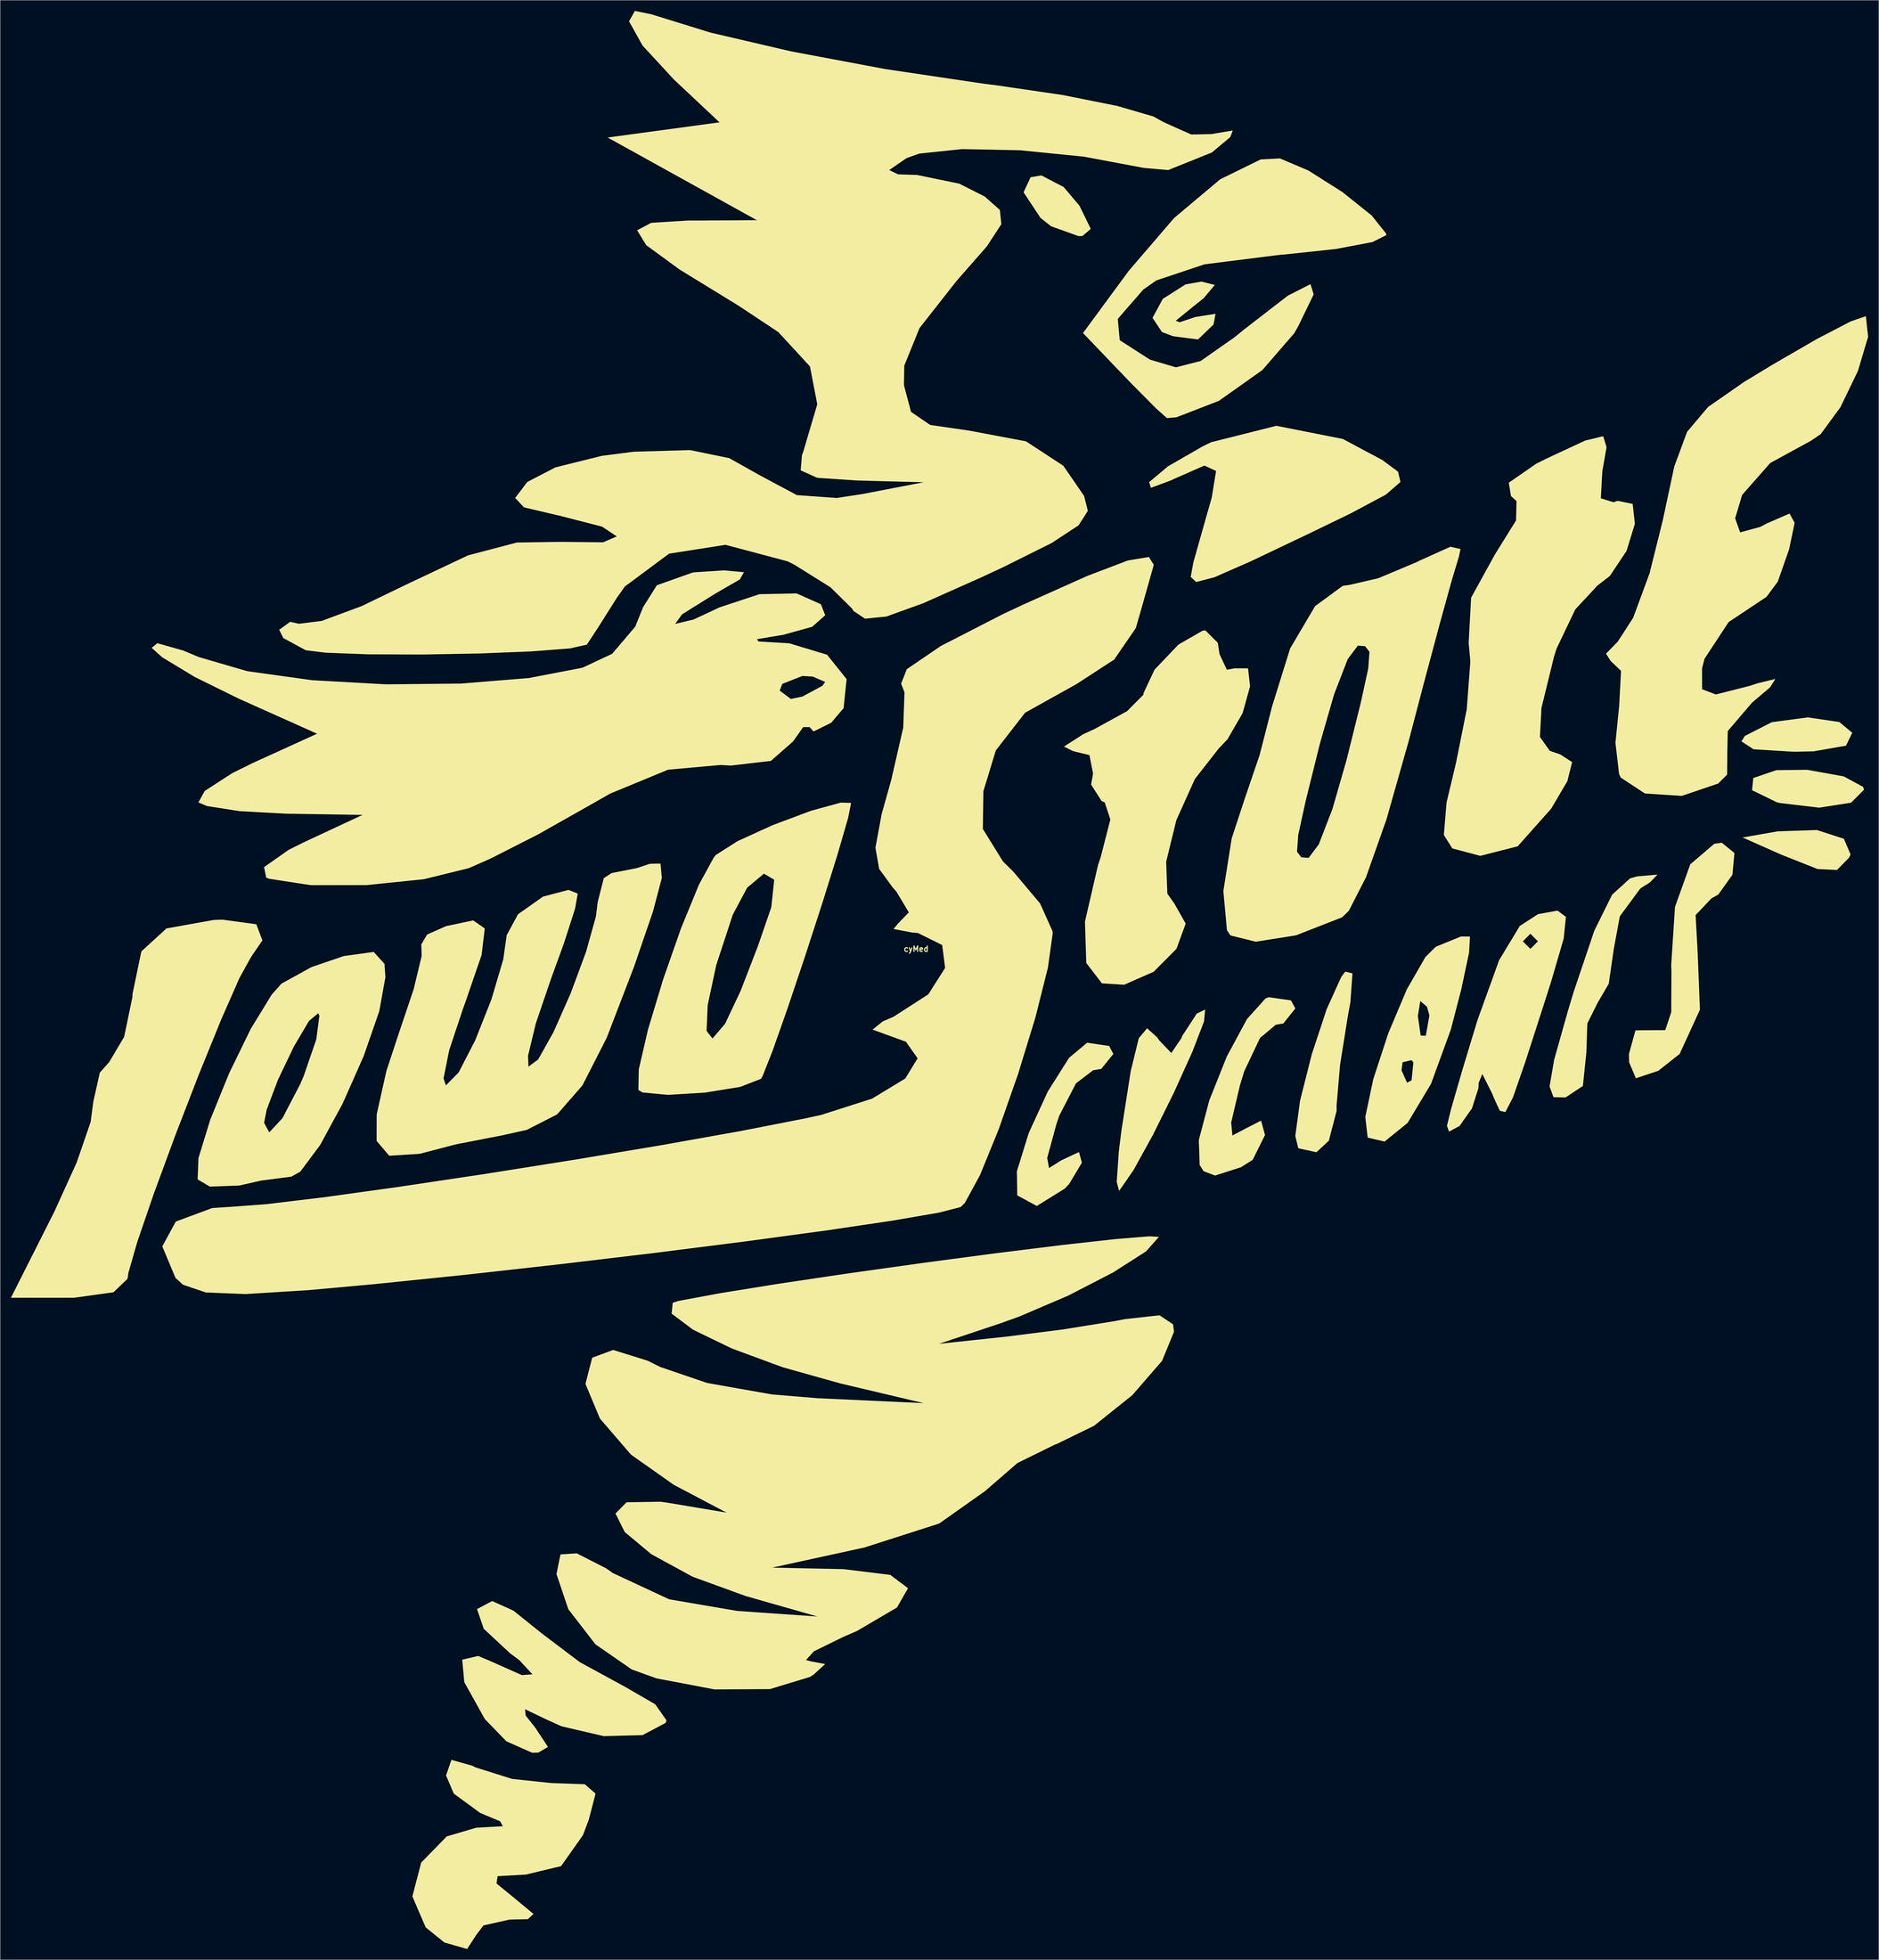
<source format=kicad_pcb>
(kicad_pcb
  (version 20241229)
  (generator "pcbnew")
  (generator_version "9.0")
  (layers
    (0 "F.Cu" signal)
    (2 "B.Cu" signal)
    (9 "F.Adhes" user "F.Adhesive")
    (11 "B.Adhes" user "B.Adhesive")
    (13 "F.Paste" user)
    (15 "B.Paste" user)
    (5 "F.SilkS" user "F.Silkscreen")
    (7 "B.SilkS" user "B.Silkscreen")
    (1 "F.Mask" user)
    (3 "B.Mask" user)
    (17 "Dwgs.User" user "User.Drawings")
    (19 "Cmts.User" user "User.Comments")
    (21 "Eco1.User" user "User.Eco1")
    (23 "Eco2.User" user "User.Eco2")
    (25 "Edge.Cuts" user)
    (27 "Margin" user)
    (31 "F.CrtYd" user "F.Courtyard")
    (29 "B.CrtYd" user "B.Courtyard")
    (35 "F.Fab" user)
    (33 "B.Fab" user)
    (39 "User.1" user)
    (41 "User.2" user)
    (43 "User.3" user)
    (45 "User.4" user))
  (footprint "cyMed"
    (layer "F.Cu")
    (at 252.696 261.823)
    (property "Reference" "cyMed" (at 0 0 0) (layer "F.SilkS") (effects (font (size 1.524 1.524) (thickness 0.3))))
    (attr through_hole)
    (fp_poly (pts (xy 41.175 -212.661) (xy 45.584 -207.433) (xy 48.726 -200.985) (xy 46.41 -199.007) (xy 45.333 -198.967) (xy 37.648 -201.727) (xy 34.713 -204.047) (xy 29.987 -211.19) (xy 31.936 -215.395) (xy 34.965 -215.9) (xy 41.175 -212.661)) (stroke (width 0.01) (type solid)) (fill yes) (layer "F.SilkS"))
    (fp_poly (pts (xy 257.693 -63.325) (xy 261.299 -60.325) (xy 259.538 -56.733) (xy 250.467 -55.154) (xy 245.039 -55.033) (xy 233.744 -55.736) (xy 230.374 -57.938) (xy 231.308 -59.435) (xy 238.871 -63.289) (xy 248.911 -64.623) (xy 257.693 -63.325)) (stroke (width 0.01) (type solid)) (fill yes) (layer "F.SilkS"))
    (fp_poly (pts (xy 258.957 -30.743) (xy 260.82 -26.365) (xy 260.368 -25.43) (xy 257.031 -22.044) (xy 251.605 -22.309) (xy 241.393 -26.361) (xy 241.3 -26.403) (xy 230.717 -31.102) (xy 240.55 -32.819) (xy 251.425 -33.183) (xy 258.957 -30.743)) (stroke (width 0.01) (type solid)) (fill yes) (layer "F.SilkS"))
    (fp_poly (pts (xy 258.92 -48.153) (xy 264.326 -45.231) (xy 264.583 -44.45) (xy 260.954 -40.817) (xy 252.085 -39.436) (xy 241.008 -40.744) (xy 240.242 -40.944) (xy 233.333 -44.314) (xy 233.673 -47.7) (xy 240.132 -49.893) (xy 248.708 -49.997) (xy 258.92 -48.153)) (stroke (width 0.01) (type solid)) (fill yes) (layer "F.SilkS"))
    (fp_poly (pts (xy 83.349 -185.33) (xy 80.251 -181.648) (xy 78.067 -179.906) (xy 72.456 -175.354) (xy 73.549 -174.914) (xy 77.953 -176.392) (xy 83.552 -177.262) (xy 82.995 -174.286) (xy 78.653 -170.126) (xy 71.721 -171.024) (xy 68.615 -172.196) (xy 65.975 -176.149) (xy 68.843 -181.435) (xy 75.211 -185.489) (xy 79.644 -186.267) (xy 83.349 -185.33)) (stroke (width 0.01) (type solid)) (fill yes) (layer "F.SilkS"))
    (fp_poly (pts (xy 121.775 6.833) (xy 121.209 14.825) (xy 120.443 19.05) (xy 118.315 32.383) (xy 117.348 43.639) (xy 117.348 45.234) (xy 115.181 53.553) (xy 111.718 56.743) (xy 106.666 55.634) (xy 105.833 52.217) (xy 107.157 42.388) (xy 110.43 29.425) (xy 114.607 16.771) (xy 118.643 7.871) (xy 119.76 6.35) (xy 121.775 6.833)) (stroke (width 0.01) (type solid)) (fill yes) (layer "F.SilkS"))
    (fp_poly (pts (xy 80.339 20.269) (xy 77.082 28.73) (xy 71.988 40) (xy 66.157 51.763) (xy 60.689 61.7) (xy 56.682 67.495) (xy 56.65 67.528) (xy 55.984 65.05) (xy 56.573 56.485) (xy 57.309 50.641) (xy 59.896 34.097) (xy 62.135 24.948) (xy 64.454 22.159) (xy 67.282 24.694) (xy 67.733 25.4) (xy 71.22 29.063) (xy 74.04 24.91) (xy 74.309 24.223) (xy 78.329 18.065) (xy 80.66 16.933) (xy 80.339 20.269)) (stroke (width 0.01) (type solid)) (fill yes) (layer "F.SilkS"))
    (fp_poly (pts (xy 204.839 -18.588) (xy 202.142 -16.879) (xy 196.417 -9.114) (xy 194.733 -0.039) (xy 193.325 9.717) (xy 190.25 14.971) (xy 187.341 20.808) (xy 187.075 28.901) (xy 186.099 38.248) (xy 181.27 41.45) (xy 177.905 41.379) (xy 176.806 38.392) (xy 178.092 30.939) (xy 181.883 17.47) (xy 183.559 11.92) (xy 189.293 -5.079) (xy 194.279 -15.148) (xy 199.288 -19.688) (xy 201.256 -20.24) (xy 206.924 -20.738) (xy 204.839 -18.588)) (stroke (width 0.01) (type solid)) (fill yes) (layer "F.SilkS"))
    (fp_poly (pts (xy 53.866 27.091) (xy 55.033 29.323) (xy 51.666 33.479) (xy 49.394 33.867) (xy 44.605 37.515) (xy 39.94 46.53) (xy 39.128 48.938) (xy 36.565 58.354) (xy 37.084 61.164) (xy 40.535 59.003) (xy 45.44 56.706) (xy 46.252 59.67) (xy 42.693 65.601) (xy 41.487 66.887) (xy 33.68 71.743) (xy 28.219 68.792) (xy 28.12 62.052) (xy 31.426 51.377) (xy 36.745 39.811) (xy 42.684 30.393) (xy 47.732 26.185) (xy 53.866 27.091)) (stroke (width 0.01) (type solid)) (fill yes) (layer "F.SilkS"))
    (fp_poly (pts (xy 228.403 -26.768) (xy 227.84 -20.689) (xy 223.894 -15.175) (xy 222.032 -14.147) (xy 217.56 -9.437) (xy 218.114 0.442) (xy 218.776 16.956) (xy 213.103 29.324) (xy 207.147 34.02) (xy 200.899 36.104) (xy 199.021 31.641) (xy 198.967 29.329) (xy 200.787 22.729) (xy 205.311 22.695) (xy 209.101 22.672) (xy 210.775 17.667) (xy 210.822 6.051) (xy 210.761 4.559) (xy 211.819 -11.718) (xy 216.075 -23.602) (xy 222.81 -29.356) (xy 224.885 -29.633) (xy 228.403 -26.768)) (stroke (width 0.01) (type solid)) (fill yes) (layer "F.SilkS"))
    (fp_poly (pts (xy 104.623 14.372) (xy 105.833 16.623) (xy 102.48 20.809) (xy 100.358 21.167) (xy 95.97 24.863) (xy 91.582 34.117) (xy 90.352 38.139) (xy 87.923 48.46) (xy 88.264 52.091) (xy 91.513 50.388) (xy 91.594 50.32) (xy 96.276 47.945) (xy 97.367 51.945) (xy 93.929 58.864) (xy 90.67 60.93) (xy 83.435 63.254) (xy 80.235 62.033) (xy 79.142 60.325) (xy 78.9 53.344) (xy 81.827 42.266) (xy 86.715 30.027) (xy 92.354 19.565) (xy 97.535 13.816) (xy 98.425 13.487) (xy 104.623 14.372)) (stroke (width 0.01) (type solid)) (fill yes) (layer "F.SilkS"))
    (fp_poly (pts (xy 119.092 -142.342) (xy 130.142 -136.448) (xy 134.508 -133.204) (xy 135.179 -130.346) (xy 131.091 -126.804) (xy 121.178 -121.514) (xy 109.689 -115.951) (xy 93.345 -108.175) (xy 83.288 -103.761) (xy 78.169 -102.416) (xy 76.64 -103.848) (xy 77.351 -107.764) (xy 77.695 -109.008) (xy 80.582 -119.232) (xy 82.499 -125.942) (xy 83.718 -133.412) (xy 80.471 -134.93) (xy 71.558 -131.014) (xy 71.177 -130.811) (xy 65.524 -128.715) (xy 65.037 -130.296) (xy 70.278 -134.689) (xy 79.966 -140.27) (xy 82.319 -141.423) (xy 100.569 -146.013) (xy 119.092 -142.342)) (stroke (width 0.01) (type solid)) (fill yes) (layer "F.SilkS"))
    (fp_poly (pts (xy -184.197 -6.881) (xy -182.508 -2.388) (xy -185.72 2.328) (xy -188.876 8.053) (xy -193.977 19.638) (xy -200.204 34.94) (xy -206.734 51.819) (xy -212.746 68.131) (xy -217.418 81.736) (xy -219.929 90.491) (xy -220.146 92.075) (xy -224.059 95.833) (xy -234.986 97.353) (xy -236.412 97.367) (xy -252.691 97.367) (xy -240.504 73.206) (xy -234.332 59.602) (xy -230.445 48.33) (xy -229.671 42.515) (xy -227.876 34.532) (xy -225.239 31.558) (xy -221.091 24.563) (xy -218.797 13.512) (xy -218.735 12.508) (xy -216.282 0.698) (xy -209.287 -5.708) (xy -196.086 -8.081) (xy -193.675 -8.169) (xy -184.197 -6.881)) (stroke (width 0.01) (type solid)) (fill yes) (layer "F.SilkS"))
    (fp_poly (pts (xy -112.41 184.722) (xy -104.598 190.998) (xy -93.885 199.098) (xy -81.321 205.942) (xy -72.855 210.842) (xy -69.704 215.317) (xy -69.929 216.028) (xy -76.367 219.441) (xy -87.206 219.729) (xy -99.015 216.976) (xy -102.937 215.207) (xy -109.197 212.211) (xy -109.004 213.999) (xy -106.373 217.324) (xy -102.791 222.741) (xy -105.476 224.323) (xy -107.192 224.367) (xy -114.399 221.169) (xy -120.41 214.958) (xy -126.138 204.664) (xy -126.712 198.401) (xy -122.252 197.36) (xy -118.812 198.818) (xy -110.074 202.706) (xy -107.103 202.484) (xy -110.784 198.509) (xy -113.358 196.61) (xy -120.709 189.757) (xy -122.589 184.276) (xy -118.356 182.033) (xy -112.41 184.722)) (stroke (width 0.01) (type solid)) (fill yes) (layer "F.SilkS"))
    (fp_poly (pts (xy -123.88 228.013) (xy -123.045 228.451) (xy -112.776 231.682) (xy -101.878 232.833) (xy -92.514 233.166) (xy -89.505 235.766) (xy -91.389 243.035) (xy -93.029 247.374) (xy -99.13 256.012) (xy -108.904 258.368) (xy -116.84 258.812) (xy -117.148 260.871) (xy -112.433 264.718) (xy -106.845 269.358) (xy -108.388 270.818) (xy -113.491 270.933) (xy -120.798 272.566) (xy -122.767 275.167) (xy -125.352 279.141) (xy -131.7 277.325) (xy -136.913 273.115) (xy -140.626 264.477) (xy -138.176 255.051) (xy -131.029 247.721) (xy -122.767 245.298) (xy -115.377 244.882) (xy -116.145 243.495) (xy -121.708 241.168) (xy -129.078 235.763) (xy -131.233 230.704) (xy -129.728 226.361) (xy -123.88 228.013)) (stroke (width 0.01) (type solid)) (fill yes) (layer "F.SilkS"))
    (fp_poly (pts (xy 181.361 -8.949) (xy 180.745 -2.907) (xy 177.274 9.011) (xy 175.322 15.121) (xy 169.972 31.703) (xy 166.586 41.442) (xy 164.467 45.531) (xy 162.92 45.167) (xy 161.249 41.543) (xy 160.71 40.217) (xy 158.028 34.918) (xy 157.017 37.379) (xy 156.931 38.908) (xy 155.148 44.493) (xy 151.687 49.397) (xy 148.756 50.986) (xy 148.167 49.379) (xy 149.325 44.664) (xy 152.362 34.143) (xy 156.622 20.085) (xy 156.652 19.985) (xy 162.718 3.17) (xy 165.907 -2.117) (xy 169.333 -2.117) (xy 171.45 0) (xy 173.567 -2.117) (xy 171.45 -4.233) (xy 169.333 -2.117) (xy 165.907 -2.117) (xy 168.493 -6.403) (xy 173.586 -9.698) (xy 179.011 -10.688) (xy 181.361 -8.949)) (stroke (width 0.01) (type solid)) (fill yes) (layer "F.SilkS"))
    (fp_poly (pts (xy 154.59 -3.454) (xy 154.324 1.059) (xy 152.152 11.302) (xy 149.224 22.552) (xy 143.701 37.678) (xy 137.188 48.542) (xy 130.747 53.765) (xy 126.036 52.659) (xy 125.373 46.904) (xy 127.613 36.302) (xy 128.411 33.867) (xy 135.467 33.867) (xy 137.016 37.351) (xy 138.289 36.689) (xy 138.796 31.665) (xy 138.289 31.044) (xy 135.772 31.626) (xy 135.467 33.867) (xy 128.411 33.867) (xy 131.797 23.536) (xy 133.84 18.697) (xy 140.034 18.697) (xy 140.813 24.188) (xy 142.258 24.253) (xy 143.268 18.588) (xy 142.592 16.14) (xy 140.712 14.536) (xy 140.034 18.697) (xy 133.84 18.697) (xy 136.965 11.293) (xy 142.158 2.259) (xy 145.066 -0.606) (xy 152.071 -3.461) (xy 154.59 -3.454)) (stroke (width 0.01) (type solid)) (fill yes) (layer "F.SilkS"))
    (fp_poly (pts (xy -148.425 4.17) (xy -148.167 7.887) (xy -149.877 17.367) (xy -154.248 29.956) (xy -160.137 43.23) (xy -166.404 54.765) (xy -171.906 62.139) (xy -174.392 63.558) (xy -182.87 64.66) (xy -188.964 66.043) (xy -197.156 66.338) (xy -200.574 64.324) (xy -200.341 58.373) (xy -197.321 48.547) (xy -182.033 48.547) (xy -180.582 51.219) (xy -176.89 47.237) (xy -171.952 37.773) (xy -170.986 35.526) (xy -167.455 25.271) (xy -166.583 18.697) (xy -166.913 17.942) (xy -169.502 20.109) (xy -173.723 27.259) (xy -178.14 36.485) (xy -181.315 44.879) (xy -182.033 48.547) (xy -197.321 48.547) (xy -197.044 47.646) (xy -191.794 34.736) (xy -185.701 22.232) (xy -179.876 12.727) (xy -177.164 9.696) (xy -168.795 5.077) (xy -159.785 1.998) (xy -151.424 0.844) (xy -148.425 4.17)) (stroke (width 0.01) (type solid)) (fill yes) (layer "F.SilkS"))
    (fp_poly (pts (xy 109.406 -217.312) (xy 118.923 -211.299) (xy 127.153 -204.719) (xy 131.172 -199.676) (xy 131.233 -199.247) (xy 127.36 -197.309) (xy 117.165 -195.375) (xy 102.781 -193.838) (xy 101.491 -193.743) (xy 80.49 -191.095) (xy 67.048 -186.608) (xy 63.391 -184.051) (xy 56.268 -175.856) (xy 56.822 -169.899) (xy 65.218 -164.512) (xy 65.327 -164.462) (xy 72.527 -162.331) (xy 79.427 -164.108) (xy 88.857 -170.713) (xy 91.691 -173.019) (xy 103.725 -182.319) (xy 110.065 -185.549) (xy 110.944 -182.687) (xy 106.592 -173.713) (xy 105.472 -171.788) (xy 96.615 -161.568) (xy 84.505 -152.99) (xy 72.682 -148.411) (xy 70.01 -148.167) (xy 66.957 -150.894) (xy 60.219 -157.677) (xy 57.945 -160.037) (xy 46.573 -171.907) (xy 59.285 -189.194) (xy 71.974 -203.987) (xy 84.841 -214.804) (xy 96.169 -220.368) (xy 101.524 -220.651) (xy 109.406 -217.312)) (stroke (width 0.01) (type solid)) (fill yes) (layer "F.SilkS"))
    (fp_poly (pts (xy 192.703 -140.033) (xy 191.524 -133.289) (xy 191.111 -125.773) (xy 194.645 -124.675) (xy 195.805 -125.068) (xy 199.999 -124.214) (xy 200.614 -118.669) (xy 198.285 -111.086) (xy 193.642 -104.12) (xy 190.167 -101.422) (xy 183.992 -94.794) (xy 178.731 -83.788) (xy 178.009 -81.442) (xy 174.537 -67.268) (xy 174.11 -59.176) (xy 176.851 -55.302) (xy 179.79 -54.285) (xy 183.095 -52.146) (xy 181.772 -46.843) (xy 177.257 -39.158) (xy 167.902 -28.646) (xy 157.463 -25.983) (xy 149.663 -28.058) (xy 147.302 -31.809) (xy 148.051 -40.841) (xy 150.722 -52.065) (xy 153.695 -66.916) (xy 154.694 -80.265) (xy 154.229 -85.506) (xy 154.913 -98.047) (xy 161.535 -110.065) (xy 167.457 -119.599) (xy 167.581 -125.01) (xy 166.034 -126.423) (xy 165.432 -130.132) (xy 173.095 -135.443) (xy 175.805 -136.789) (xy 186.745 -141.892) (xy 191.776 -143.107) (xy 192.703 -140.033)) (stroke (width 0.01) (type solid)) (fill yes) (layer "F.SilkS"))
    (fp_poly (pts (xy 84.187 -85.45) (xy 84.667 -82.3) (xy 86.719 -77.918) (xy 88.9 -78.317) (xy 92.628 -78.319) (xy 93.197 -73.286) (xy 91.113 -65.816) (xy 86.886 -58.504) (xy 84.549 -56.067) (xy 77.81 -47.464) (xy 72.614 -35.94) (xy 69.775 -24.32) (xy 70.104 -15.431) (xy 72.077 -12.632) (xy 75.225 -7.069) (xy 72.65 -0.024) (xy 66.287 6.372) (xy 58.071 9.993) (xy 51.858 9.607) (xy 47.485 3.919) (xy 47.116 -7.626) (xy 50.768 -23.418) (xy 51.502 -25.593) (xy 54.208 -36.112) (xy 52.645 -40.885) (xy 51.739 -41.315) (xy 48.834 -45.87) (xy 49.374 -48.957) (xy 48.372 -54.106) (xy 43.845 -55.199) (xy 41.272 -56.486) (xy 46.63 -59.928) (xy 49.742 -61.345) (xy 58.882 -66.368) (xy 63.398 -70.911) (xy 63.5 -71.46) (xy 66.541 -77.953) (xy 73.24 -84.966) (xy 79.961 -88.821) (xy 80.736 -88.9) (xy 84.187 -85.45)) (stroke (width 0.01) (type solid)) (fill yes) (layer "F.SilkS"))
    (fp_poly (pts (xy -18.176 -40.754) (xy -18.981 -36.645) (xy -21.864 -26.692) (xy -26.122 -13.048) (xy -31.052 2.135) (xy -35.951 16.704) (xy -40.114 28.507) (xy -42.838 35.391) (xy -43.346 36.266) (xy -49.114 38.506) (xy -58.973 40.105) (xy -69.284 40.732) (xy -76.403 40.06) (xy -77.54 39.357) (xy -77.428 33.622) (xy -74.945 22.895) (xy -58.516 22.895) (xy -56.85 25.001) (xy -53.332 20.882) (xy -48.974 11.642) (xy -44.168 -0.813) (xy -40.461 -11.567) (xy -40.439 -11.642) (xy -39.622 -19.32) (xy -42.503 -21.013) (xy -47.188 -17.093) (xy -51.213 -9.525) (xy -55.816 4.507) (xy -58.211 15.688) (xy -58.516 22.895) (xy -74.945 22.895) (xy -74.865 22.553) (xy -70.671 8.624) (xy -65.662 -5.686) (xy -60.657 -17.904) (xy -56.475 -25.554) (xy -55.849 -26.277) (xy -49.83 -30.091) (xy -39.988 -34.571) (xy -29.378 -38.543) (xy -21.059 -40.832) (xy -18.176 -40.754)) (stroke (width 0.01) (type solid)) (fill yes) (layer "F.SilkS"))
    (fp_poly (pts (xy 151.943 -111.617) (xy 151.48 -109.436) (xy 149.589 -103.19) (xy 146.124 -90.671) (xy 141.61 -73.81) (xy 137.466 -57.984) (xy 131.273 -36.166) (xy 125.568 -20.02) (xy 120.755 -10.621) (xy 118.895 -8.828) (xy 106.024 -3.797) (xy 94.806 -2.017) (xy 87.752 -3.77) (xy 86.76 -5.188) (xy 85.754 -16.184) (xy 87.492 -27.139) (xy 106.296 -27.139) (xy 107.513 -25.562) (xy 109.552 -25.4) (xy 112.38 -29.175) (xy 116.202 -39.065) (xy 120.135 -52.728) (xy 124.112 -68.739) (xy 126.19 -78.239) (xy 126.537 -82.928) (xy 125.32 -84.504) (xy 123.281 -84.667) (xy 120.453 -80.892) (xy 116.632 -71.002) (xy 112.698 -57.338) (xy 108.721 -41.327) (xy 106.643 -31.827) (xy 106.296 -27.139) (xy 87.492 -27.139) (xy 88.082 -30.861) (xy 91.853 -42.333) (xy 95.872 -54.108) (xy 99.34 -67.641) (xy 99.36 -67.733) (xy 104.384 -83.848) (xy 111.354 -95.672) (xy 119.093 -101.355) (xy 120.958 -101.6) (xy 128.991 -103.46) (xy 139.744 -107.979) (xy 140.527 -108.378) (xy 149.144 -112.256) (xy 151.943 -111.617)) (stroke (width 0.01) (type solid)) (fill yes) (layer "F.SilkS"))
    (fp_poly (pts (xy 265.102 -176.576) (xy 265.712 -170.833) (xy 262.875 -161.323) (xy 257.997 -151.218) (xy 252.484 -143.688) (xy 249.66 -141.783) (xy 238.394 -135.634) (xy 230.561 -126.734) (xy 228.6 -120.199) (xy 229.997 -116.265) (xy 235.594 -117.784) (xy 237.64 -118.84) (xy 243.8 -121.519) (xy 245.209 -118.924) (xy 243.677 -111.581) (xy 240.51 -102.534) (xy 237.354 -98.272) (xy 226.786 -91.233) (xy 220.048 -80.984) (xy 219.368 -78.317) (xy 219.373 -72.486) (xy 223.216 -71.02) (xy 232.724 -73.432) (xy 234.95 -74.164) (xy 239.818 -75.352) (xy 238.357 -73.024) (xy 233.283 -68.708) (xy 226.539 -60.809) (xy 226.417 -55.141) (xy 226.362 -48.657) (xy 223.851 -46.158) (xy 213.707 -42.719) (xy 203.436 -43.388) (xy 196.706 -47.812) (xy 196.214 -48.814) (xy 195.199 -57.524) (xy 196.241 -67.864) (xy 196.763 -77.616) (xy 193.818 -80.433) (xy 192.57 -82.419) (xy 195.81 -85.725) (xy 200.144 -92.43) (xy 204.715 -104.821) (xy 208.385 -119.517) (xy 211.629 -134.681) (xy 215.197 -144.333) (xy 221.049 -151.268) (xy 231.147 -158.281) (xy 238.883 -162.981) (xy 251.452 -170.256) (xy 260.836 -175.135) (xy 265.07 -176.6) (xy 265.102 -176.576)) (stroke (width 0.01) (type solid)) (fill yes) (layer "F.SilkS"))
    (fp_poly (pts (xy -71.002 -19.834) (xy -73.441 -10.56) (xy -78.705 4.807) (xy -86.396 24.823) (xy -93.185 38.12) (xy -100.237 46.187) (xy -108.717 50.516) (xy -115.623 52.043) (xy -128.501 54.551) (xy -138.59 57.189) (xy -147.088 57.728) (xy -150.609 53.593) (xy -150.592 46.201) (xy -147.88 34.072) (xy -144.546 23.95) (xy -140.263 11.225) (xy -138.039 1.972) (xy -138.138 -1.26) (xy -136.507 -4.014) (xy -131.233 -6.35) (xy -123.65 -7.959) (xy -120.432 -5.697) (xy -121.317 1.682) (xy -126.039 15.427) (xy -126.412 16.41) (xy -130.361 28.249) (xy -131.936 36.127) (xy -131.286 38.1) (xy -127.716 34.485) (xy -123.09 25.531) (xy -118.557 14.073) (xy -115.267 2.946) (xy -114.3 -3.825) (xy -111.152 -9.655) (xy -104.174 -14.592) (xy -97.062 -16.468) (xy -94.477 -15.455) (xy -95.229 -11.228) (xy -98.358 -1.486) (xy -101.882 8.184) (xy -106.168 20.747) (xy -108.359 29.831) (xy -108.238 32.873) (xy -105.512 30.856) (xy -101.237 23.214) (xy -96.44 12.386) (xy -92.15 0.81) (xy -89.392 -9.072) (xy -88.9 -13.051) (xy -87.208 -19.739) (xy -85.013 -21.167) (xy -77.932 -22.563) (xy -74.346 -23.768) (xy -71.369 -23.808) (xy -71.002 -19.834)) (stroke (width 0.01) (type solid)) (fill yes) (layer "F.SilkS"))
    (fp_poly (pts (xy 66.297 -107.277) (xy 66.155 -106.63) (xy 63.374 -96.772) (xy 61.311 -89.572) (xy 55.275 -80.777) (xy 44.763 -73.941) (xy 30.388 -65.928) (xy 22.217 -55.39) (xy 18.754 -44.028) (xy 18.606 -33.488) (xy 24.192 -24.461) (xy 27.195 -21.468) (xy 34.583 -12.691) (xy 38.061 -4.94) (xy 38.1 -4.317) (xy 36.768 5.228) (xy 33.292 19.066) (xy 28.455 34.874) (xy 23.038 50.328) (xy 17.824 63.106) (xy 13.594 70.884) (xy 12.401 72.049) (xy 6.375 73.603) (xy -6.641 75.847) (xy -25.215 78.598) (xy -47.917 81.674) (xy -73.314 84.892) (xy -99.975 88.07) (xy -126.469 91.025) (xy -151.363 93.576) (xy -169.633 95.241) (xy -187.216 96.337) (xy -198.278 95.888) (xy -204.652 93.728) (xy -206.747 91.843) (xy -210.436 83.036) (xy -206.677 76.112) (xy -196.464 72.324) (xy -190.959 71.967) (xy -181.39 71.257) (xy -165.278 69.315) (xy -144.409 66.419) (xy -120.572 62.847) (xy -95.554 58.878) (xy -71.141 54.79) (xy -49.122 50.862) (xy -31.283 47.373) (xy -26.479 46.334) (xy -12.297 41.791) (xy -3.037 36.178) (xy 0.405 30.533) (xy -2.865 25.894) (xy -7.408 24.249) (xy -12.158 22.52) (xy -9.366 20.259) (xy -6.35 18.956) (xy 3.39 12.681) (xy 8.082 5.309) (xy 7.263 -1.093) (xy 0.466 -4.455) (xy -1.058 -4.568) (xy -6.307 -5.569) (xy -5.033 -7.123) (xy -2.048 -10.191) (xy -5.47 -15.936) (xy -6.492 -17.091) (xy -10.334 -22.331) (xy -11.367 -28.26) (xy -9.634 -37.63) (xy -6.958 -47.159) (xy -3.608 -61.775) (xy -3.26 -71.632) (xy -4.203 -74.047) (xy -2.618 -78.075) (xy 6.871 -84.546) (xy 24.339 -93.508) (xy 30.073 -96.195) (xy 47.842 -104.137) (xy 59.127 -108.436) (xy 64.941 -109.385) (xy 66.297 -107.277)) (stroke (width 0.01) (type solid)) (fill yes) (layer "F.SilkS"))
    (fp_poly (pts (xy -48.083 -105.149) (xy -49.252 -103.12) (xy -56.092 -99.179) (xy -65.366 -93.391) (xy -67.286 -90.714) (xy -62.118 -91.947) (xy -54.822 -95.359) (xy -43.728 -99.015) (xy -33.387 -99.227) (xy -26.601 -96.208) (xy -25.4 -93.129) (xy -29.053 -89.915) (xy -37.042 -87.699) (xy -44.449 -86.459) (xy -44.039 -85.818) (xy -35.492 -85.304) (xy -35.419 -85.301) (xy -24.886 -82.117) (xy -19.429 -75.317) (xy -20.266 -67.21) (xy -23.72 -63.137) (xy -28.639 -60.7) (xy -29.762 -61.923) (xy -31.543 -61.912) (xy -34.372 -57.912) (xy -40.566 -52.481) (xy -51.728 -51.187) (xy -54.655 -51.348) (xy -69.272 -50.025) (xy -85.487 -43.328) (xy -91.32 -40.003) (xy -105.457 -32.012) (xy -118.822 -25.217) (xy -124.883 -22.547) (xy -137.416 -19.465) (xy -153.377 -17.826) (xy -169.015 -17.807) (xy -180.582 -19.582) (xy -181.437 -19.891) (xy -182.022 -22.833) (xy -175.161 -27.654) (xy -170.854 -29.797) (xy -154.517 -37.415) (xy -176.036 -37.757) (xy -188.895 -38.465) (xy -197.983 -39.893) (xy -200.359 -40.903) (xy -198.593 -44.088) (xy -190.951 -49.037) (xy -185.19 -51.888) (xy -167.217 -60.069) (xy -188.895 -69.77) (xy -193.629 -72.1) (xy -38.1 -72.1) (xy -34.997 -69.77) (xy -31.75 -70.436) (xy -26.18 -73.441) (xy -25.4 -74.536) (xy -28.857 -76.016) (xy -31.75 -76.2) (xy -37.385 -73.985) (xy -38.1 -72.1) (xy -193.629 -72.1) (xy -201.358 -75.902) (xy -210.451 -81.399) (xy -213.393 -84.035) (xy -211.827 -85.33) (xy -204.586 -83.275) (xy -200.182 -81.444) (xy -186.749 -77.526) (xy -168.621 -75.001) (xy -147.998 -73.852) (xy -127.081 -74.061) (xy -108.069 -75.611) (xy -93.163 -78.484) (xy -84.873 -82.363) (xy -78.425 -89.943) (xy -76.2 -95.453) (xy -72.378 -101.514) (xy -62.263 -105.094) (xy -53.629 -105.664) (xy -48.083 -105.149)) (stroke (width 0.01) (type solid)) (fill yes) (layer "F.SilkS"))
    (fp_poly (pts (xy 67.733 80.382) (xy 64.167 84.42) (xy 54.977 90.296) (xy 42.429 96.772) (xy 28.79 102.611) (xy 23.64 104.456) (xy 6.35 110.239) (xy 25.4 108.203) (xy 40.812 106.242) (xy 55.3 103.916) (xy 58.208 103.354) (xy 67.932 102.268) (xy 71.699 104.789) (xy 71.967 106.844) (xy 68.63 114.977) (xy 60.333 124.544) (xy 49.645 133.107) (xy 39.135 138.23) (xy 38.791 138.319) (xy 28.267 143.496) (xy 19.218 151.336) (xy 6.424 160.384) (xy -14.404 167.066) (xy -14.944 167.185) (xy -40.217 172.699) (xy -20.241 173.133) (xy -7.235 174.728) (xy -2.277 178.453) (xy -5.362 183.823) (xy -16.486 190.354) (xy -20.438 192.077) (xy -28.586 196.068) (xy -30.763 198.503) (xy -29.633 198.813) (xy -25.418 199.618) (xy -28.591 202.519) (xy -29.633 203.2) (xy -40.828 206.603) (xy -56.282 206.686) (xy -72.531 203.595) (xy -79.407 201.108) (xy -89.525 194.105) (xy -97.087 184.326) (xy -100.406 174.495) (xy -99.288 169.018) (xy -94.757 168.715) (xy -86.604 172.869) (xy -84.713 174.202) (xy -68.965 181.537) (xy -50.013 184.787) (xy -27.517 186.35) (xy -47.628 180.612) (xy -62.413 175.23) (xy -73.919 168.953) (xy -81.355 162.751) (xy -83.928 157.596) (xy -80.845 154.458) (xy -71.314 154.308) (xy -68.792 154.683) (xy -52.917 157.35) (xy -67.648 149.584) (xy -79.626 141.138) (xy -88.277 131.077) (xy -92.313 121.411) (xy -90.444 114.151) (xy -90.383 114.089) (xy -84.566 111.944) (xy -74.973 114.946) (xy -71.429 116.695) (xy -58.347 121.163) (xy -40.272 124.354) (xy -27.55 125.415) (xy 2.117 126.786) (xy -21.167 121.278) (xy -37.329 116.74) (xy -51.516 111.496) (xy -62.302 106.272) (xy -68.257 101.794) (xy -67.953 98.787) (xy -66.426 98.28) (xy -54.787 96.113) (xy -38.43 93.474) (xy -19.028 90.585) (xy 1.746 87.671) (xy 22.217 84.954) (xy 40.711 82.658) (xy 55.555 81.006) (xy 65.074 80.222) (xy 67.733 80.382)) (stroke (width 0.01) (type solid)) (fill yes) (layer "F.SilkS"))
    (fp_poly (pts (xy -73.947 -260.884) (xy -57.457 -255.782) (xy -34.911 -250.525) (xy -8.695 -245.604) (xy 18.805 -241.509) (xy 22.589 -241.034) (xy 40.836 -238.358) (xy 56.077 -235.31) (xy 66.232 -232.347) (xy 69.031 -230.789) (xy 76.779 -227.324) (xy 82.425 -227.438) (xy 88.358 -228.433) (xy 87.668 -226.612) (xy 82.55 -222.317) (xy 70.338 -217.408) (xy 63.5 -218.019) (xy 46.792 -221.152) (xy 29.004 -222.935) (xy 12.806 -223.256) (xy 0.87 -222.006) (xy -2.703 -220.737) (xy -7.53 -217.402) (xy -5.054 -216.203) (xy 0.249 -216.029) (xy 12.023 -213.606) (xy 19.144 -210.005) (xy 23.357 -206.265) (xy 23.771 -202.301) (xy 19.707 -196.089) (xy 11.234 -186.429) (xy 0.921 -173.286) (xy -3.324 -162.816) (xy -3.428 -157.399) (xy -1.448 -149.909) (xy 3.901 -146.259) (xy 14.763 -144.676) (xy 30.644 -141.684) (xy 41.072 -134.862) (xy 46.862 -126.448) (xy 47.913 -122.284) (xy 45.339 -118.249) (xy 37.874 -113.339) (xy 24.252 -106.548) (xy 18.285 -103.767) (xy 2.021 -96.521) (xy -8.306 -92.788) (xy -14.278 -92.184) (xy -17.476 -94.326) (xy -17.898 -95.008) (xy -23.905 -100.937) (xy -34.061 -107.285) (xy -35.908 -108.198) (xy -53.217 -112.803) (xy -68.982 -110.329) (xy -81.306 -101.181) (xy -83.529 -98.057) (xy -88.861 -89.619) (xy -91.916 -84.963) (xy -91.938 -84.933) (xy -96.615 -83.891) (xy -107.409 -83.053) (xy -121.974 -82.467) (xy -137.962 -82.179) (xy -153.027 -82.236) (xy -164.82 -82.685) (xy -170.392 -83.374) (xy -176.669 -86.779) (xy -177.8 -89.078) (xy -174.755 -91.296) (xy -172.29 -90.753) (xy -165.959 -91.545) (xy -154.794 -95.681) (xy -142.031 -101.846) (xy -125.078 -109.85) (xy -111.445 -113.434) (xy -99.262 -113.618) (xy -87.404 -113.487) (xy -83.563 -115.145) (xy -87.665 -117.875) (xy -99.641 -120.958) (xy -99.999 -121.026) (xy -109.506 -123.266) (xy -111.927 -125.881) (xy -108.575 -130.306) (xy -108.532 -130.349) (xy -100.702 -134.406) (xy -87.759 -137.628) (xy -78.828 -138.775) (xy -63.125 -139.234) (xy -52.186 -136.989) (xy -43.688 -132.216) (xy -33.318 -126.67) (xy -22.189 -125.866) (xy -14.817 -126.996) (xy 2.117 -130.26) (xy -16.328 -130.747) (xy -27.636 -131.508) (xy -32.233 -133.59) (xy -31.866 -137.898) (xy -31.557 -138.642) (xy -27.604 -152.023) (xy -29.647 -162.596) (xy -38.489 -172.188) (xy -49.573 -179.545) (xy -66.046 -189.648) (xy -75.364 -196.459) (xy -77.882 -200.594) (xy -73.955 -202.668) (xy -63.939 -203.298) (xy -63.288 -203.303) (xy -44.45 -203.406) (xy -65.274 -214.945) (xy -86.097 -226.483) (xy -70.493 -228.6) (xy -54.889 -230.717) (xy -67.661 -242.717) (xy -76.385 -252.168) (xy -80.145 -258.931) (xy -78.531 -261.818) (xy -73.947 -260.884)) (stroke (width 0.01) (type solid)) (fill yes) (layer "F.SilkS")))
  (gr_rect
    (start -3 -3)
    (end 521.413 543.969)
    (stroke (width 0.1) (type default))
    (fill no)
    (layer "Edge.Cuts")))
</source>
